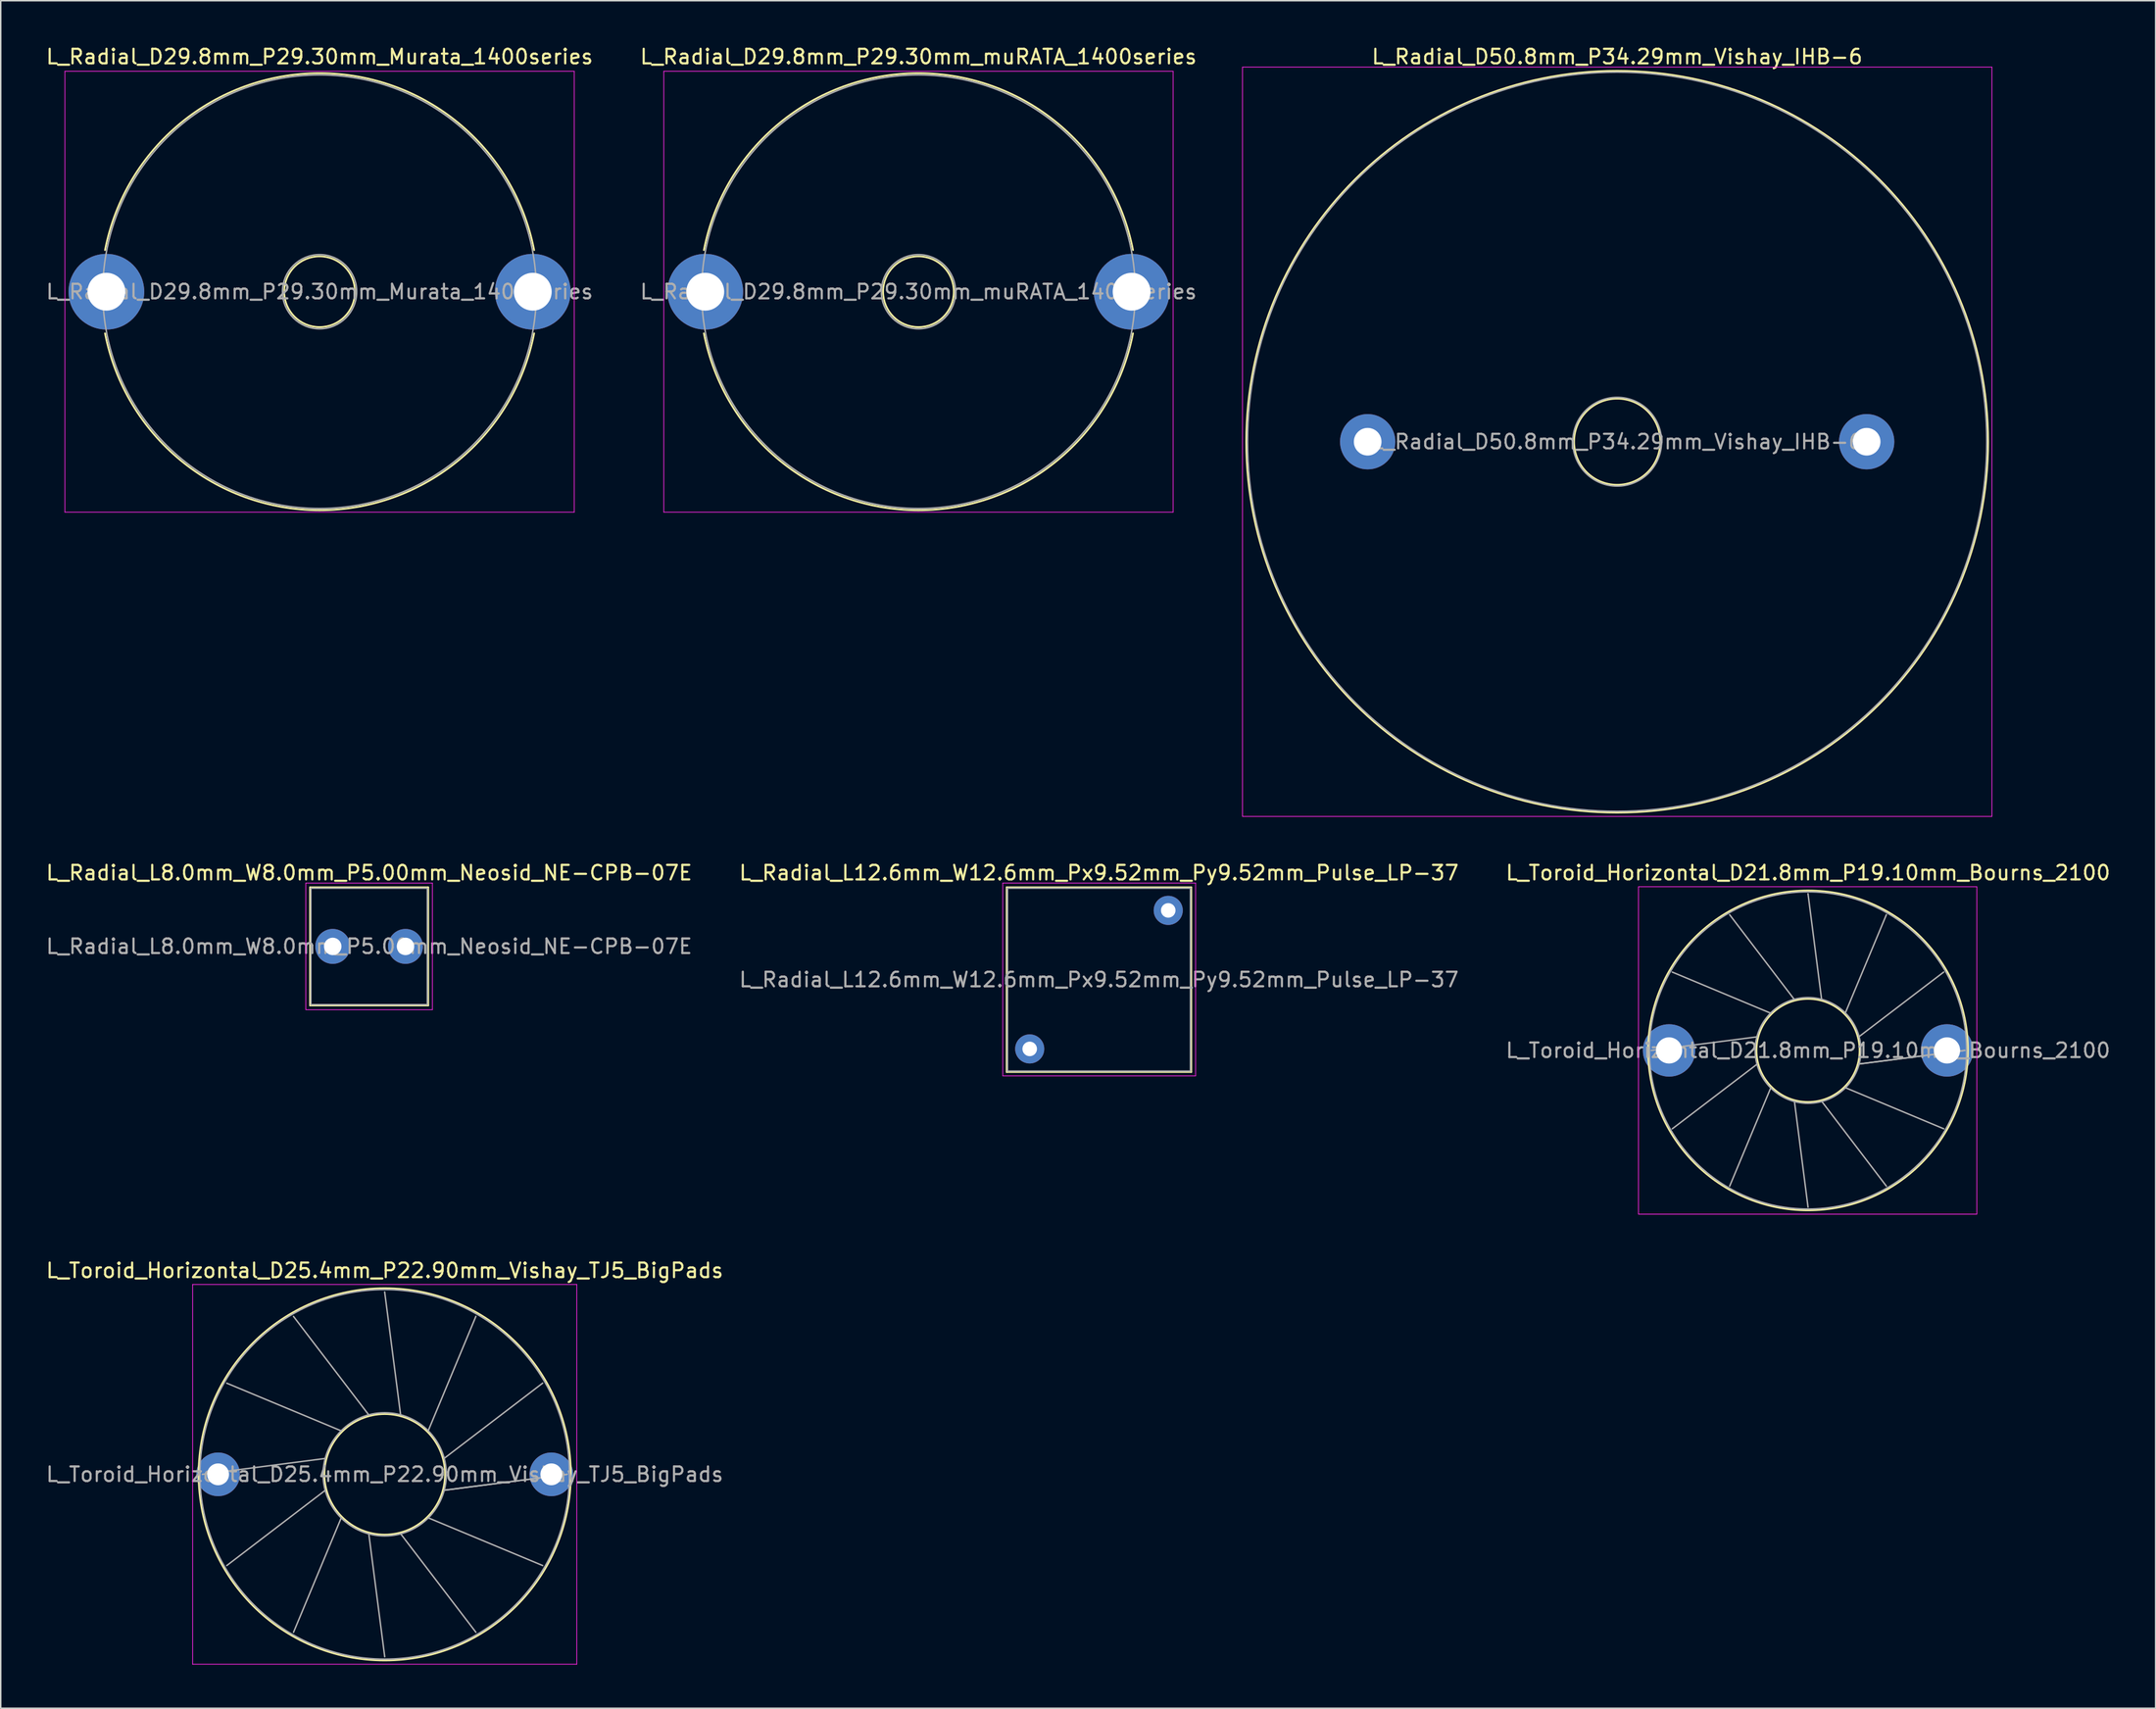
<source format=kicad_pcb>
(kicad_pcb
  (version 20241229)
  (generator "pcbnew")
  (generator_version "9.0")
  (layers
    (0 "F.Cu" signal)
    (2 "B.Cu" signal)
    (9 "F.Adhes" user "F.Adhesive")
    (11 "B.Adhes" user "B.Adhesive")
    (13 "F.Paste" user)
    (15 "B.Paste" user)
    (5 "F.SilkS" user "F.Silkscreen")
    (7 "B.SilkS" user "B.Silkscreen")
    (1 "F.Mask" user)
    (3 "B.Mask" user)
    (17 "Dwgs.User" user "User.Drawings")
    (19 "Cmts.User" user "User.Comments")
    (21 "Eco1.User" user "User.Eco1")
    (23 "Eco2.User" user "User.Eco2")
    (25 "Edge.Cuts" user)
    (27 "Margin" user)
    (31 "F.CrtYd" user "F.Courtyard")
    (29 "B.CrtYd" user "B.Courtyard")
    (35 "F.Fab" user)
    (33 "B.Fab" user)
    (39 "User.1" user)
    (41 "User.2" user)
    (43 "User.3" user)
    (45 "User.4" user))
  (footprint "L_Radial_L8.0mm_W8.0mm_P5.00mm_Neosid_NE-CPB-07E"
    (layer "F.Cu")
    (at 19.815 61.992)
    (property "Reference" "L_Radial_L8.0mm_W8.0mm_P5.00mm_Neosid_NE-CPB-07E" (at 2.5 -5.06 0) (layer "F.SilkS") (effects (font (size 1 1) (thickness 0.15))))
    (attr through_hole)
    (fp_line (start -1.56 -4.06) (end -1.56 4.06) (stroke (width 0.12) (type solid)) (layer "F.SilkS"))
    (fp_line (start -1.56 -4.06) (end 6.56 -4.06) (stroke (width 0.12) (type solid)) (layer "F.SilkS"))
    (fp_line (start -1.56 4.06) (end 6.56 4.06) (stroke (width 0.12) (type solid)) (layer "F.SilkS"))
    (fp_line (start 6.56 -4.06) (end 6.56 4.06) (stroke (width 0.12) (type solid)) (layer "F.SilkS"))
    (fp_line (start -1.85 -4.35) (end -1.85 4.35) (stroke (width 0.05) (type solid)) (layer "F.CrtYd"))
    (fp_line (start -1.85 4.35) (end 6.85 4.35) (stroke (width 0.05) (type solid)) (layer "F.CrtYd"))
    (fp_line (start 6.85 -4.35) (end -1.85 -4.35) (stroke (width 0.05) (type solid)) (layer "F.CrtYd"))
    (fp_line (start 6.85 4.35) (end 6.85 -4.35) (stroke (width 0.05) (type solid)) (layer "F.CrtYd"))
    (fp_line (start -1.5 -4) (end -1.5 4) (stroke (width 0.1) (type solid)) (layer "F.Fab"))
    (fp_line (start -1.5 4) (end 6.5 4) (stroke (width 0.1) (type solid)) (layer "F.Fab"))
    (fp_line (start 6.5 -4) (end -1.5 -4) (stroke (width 0.1) (type solid)) (layer "F.Fab"))
    (fp_line (start 6.5 4) (end 6.5 -4) (stroke (width 0.1) (type solid)) (layer "F.Fab"))
    (fp_text user "${REFERENCE}" (at 2.5 0 0) (layer "F.Fab") (effects (font (size 1 1) (thickness 0.15))))
    (pad "1" thru_hole circle (at 0 0) (size 2.4 2.4) (drill 1.2) (layers "*.Cu" "*.Mask"))
    (pad "2" thru_hole circle (at 5 0) (size 2.4 2.4) (drill 1.2) (layers "*.Cu" "*.Mask")))
  (footprint "L_Radial_D50.8mm_P34.29mm_Vishay_IHB-6"
    (layer "F.Cu")
    (at 90.935 27.308)
    (property "Reference" "L_Radial_D50.8mm_P34.29mm_Vishay_IHB-6" (at 17.145 -26.46 0) (layer "F.SilkS") (effects (font (size 1 1) (thickness 0.15))))
    (attr through_hole)
    (fp_circle (center 17.145 0) (end 20.105 0) (stroke (width 0.12) (type solid)) (fill no) (layer "F.SilkS"))
    (fp_circle (center 17.145 0) (end 42.635 0) (stroke (width 0.12) (type solid)) (fill no) (layer "F.SilkS"))
    (fp_line (start -8.6 -25.75) (end -8.6 25.75) (stroke (width 0.05) (type solid)) (layer "F.CrtYd"))
    (fp_line (start -8.6 25.75) (end 42.9 25.75) (stroke (width 0.05) (type solid)) (layer "F.CrtYd"))
    (fp_line (start 42.9 -25.75) (end -8.6 -25.75) (stroke (width 0.05) (type solid)) (layer "F.CrtYd"))
    (fp_line (start 42.9 25.75) (end 42.9 -25.75) (stroke (width 0.05) (type solid)) (layer "F.CrtYd"))
    (fp_circle (center 17.145 0) (end 20.195 0) (stroke (width 0.1) (type solid)) (fill no) (layer "F.Fab"))
    (fp_circle (center 17.145 0) (end 42.545 0) (stroke (width 0.1) (type solid)) (fill no) (layer "F.Fab"))
    (fp_text user "${REFERENCE}" (at 17.145 0 0) (layer "F.Fab") (effects (font (size 1 1) (thickness 0.15))))
    (pad "1" thru_hole circle (at 0 0) (size 3.8 3.8) (drill 1.9) (layers "*.Cu" "*.Mask"))
    (pad "2" thru_hole circle (at 34.29 0) (size 3.8 3.8) (drill 1.9) (layers "*.Cu" "*.Mask")))
  (footprint "L_Radial_D29.8mm_P29.30mm_muRATA_1400series"
    (layer "F.Cu")
    (at 45.415 16.998)
    (property "Reference" "L_Radial_D29.8mm_P29.30mm_muRATA_1400series" (at 14.65 -16.15 0) (layer "F.SilkS") (effects (font (size 1 1) (thickness 0.15))))
    (attr through_hole)
    (fp_arc (start -0.095196 -2.86) (mid 14.65 -15.02) (end 29.395196 -2.86) (stroke (width 0.12) (type solid)) (layer "F.SilkS"))
    (fp_arc (start 29.395196 2.86) (mid 14.65 15.02) (end -0.095196 2.86) (stroke (width 0.12) (type solid)) (layer "F.SilkS"))
    (fp_circle (center 14.65 0) (end 17.08 0) (stroke (width 0.12) (type solid)) (fill no) (layer "F.SilkS"))
    (fp_line (start -2.85 -15.15) (end -2.85 15.15) (stroke (width 0.05) (type solid)) (layer "F.CrtYd"))
    (fp_line (start -2.85 15.15) (end 32.15 15.15) (stroke (width 0.05) (type solid)) (layer "F.CrtYd"))
    (fp_line (start 32.15 -15.15) (end -2.85 -15.15) (stroke (width 0.05) (type solid)) (layer "F.CrtYd"))
    (fp_line (start 32.15 15.15) (end 32.15 -15.15) (stroke (width 0.05) (type solid)) (layer "F.CrtYd"))
    (fp_circle (center 14.65 0) (end 17.2 0) (stroke (width 0.1) (type solid)) (fill no) (layer "F.Fab"))
    (fp_circle (center 14.65 0) (end 29.55 0) (stroke (width 0.1) (type solid)) (fill no) (layer "F.Fab"))
    (fp_text user "${REFERENCE}" (at 14.65 0 0) (layer "F.Fab") (effects (font (size 1 1) (thickness 0.15))))
    (pad "1" thru_hole circle (at 0 0) (size 5.2 5.2) (drill 2.6) (layers "*.Cu" "*.Mask"))
    (pad "2" thru_hole circle (at 29.3 0) (size 5.2 5.2) (drill 2.6) (layers "*.Cu" "*.Mask")))
  (footprint "L_Radial_L12.6mm_W12.6mm_Px9.52mm_Py9.52mm_Pulse_LP-37"
    (layer "F.Cu")
    (at 67.71 69.037)
    (property "Reference" "L_Radial_L12.6mm_W12.6mm_Px9.52mm_Py9.52mm_Pulse_LP-37" (at 4.76 -12.105 0) (layer "F.SilkS") (effects (font (size 1 1) (thickness 0.15))))
    (attr through_hole)
    (fp_line (start -1.585 -11.105) (end -1.585 1.585) (stroke (width 0.12) (type solid)) (layer "F.SilkS"))
    (fp_line (start -1.585 -11.105) (end 11.105 -11.105) (stroke (width 0.12) (type solid)) (layer "F.SilkS"))
    (fp_line (start -1.585 1.585) (end 11.105 1.585) (stroke (width 0.12) (type solid)) (layer "F.SilkS"))
    (fp_line (start 11.105 -11.105) (end 11.105 1.585) (stroke (width 0.12) (type solid)) (layer "F.SilkS"))
    (fp_line (start -1.85 -11.4) (end -1.85 1.85) (stroke (width 0.05) (type solid)) (layer "F.CrtYd"))
    (fp_line (start -1.85 1.85) (end 11.4 1.85) (stroke (width 0.05) (type solid)) (layer "F.CrtYd"))
    (fp_line (start 11.4 -11.4) (end -1.85 -11.4) (stroke (width 0.05) (type solid)) (layer "F.CrtYd"))
    (fp_line (start 11.4 1.85) (end 11.4 -11.4) (stroke (width 0.05) (type solid)) (layer "F.CrtYd"))
    (fp_line (start -1.525 -11.045) (end -1.525 1.525) (stroke (width 0.1) (type solid)) (layer "F.Fab"))
    (fp_line (start -1.525 1.525) (end 11.045 1.525) (stroke (width 0.1) (type solid)) (layer "F.Fab"))
    (fp_line (start 11.045 -11.045) (end -1.525 -11.045) (stroke (width 0.1) (type solid)) (layer "F.Fab"))
    (fp_line (start 11.045 1.525) (end 11.045 -11.045) (stroke (width 0.1) (type solid)) (layer "F.Fab"))
    (fp_text user "${REFERENCE}" (at 4.76 -4.76 0) (layer "F.Fab") (effects (font (size 1 1) (thickness 0.15))))
    (pad "1" thru_hole circle (at 0 0) (size 2 2) (drill 1) (layers "*.Cu" "*.Mask"))
    (pad "2" thru_hole circle (at 9.52 -9.52) (size 2 2) (drill 1) (layers "*.Cu" "*.Mask")))
  (footprint "L_Radial_D29.8mm_P29.30mm_Murata_1400series"
    (layer "F.Cu")
    (at 4.261 16.998)
    (property "Reference" "L_Radial_D29.8mm_P29.30mm_Murata_1400series" (at 14.65 -16.15 0) (layer "F.SilkS") (effects (font (size 1 1) (thickness 0.15))))
    (attr through_hole)
    (fp_arc (start -0.095196 -2.86) (mid 14.65 -15.02) (end 29.395196 -2.86) (stroke (width 0.12) (type solid)) (layer "F.SilkS"))
    (fp_arc (start 29.395196 2.86) (mid 14.65 15.02) (end -0.095196 2.86) (stroke (width 0.12) (type solid)) (layer "F.SilkS"))
    (fp_circle (center 14.65 0) (end 17.08 0) (stroke (width 0.12) (type solid)) (fill no) (layer "F.SilkS"))
    (fp_line (start -2.85 -15.15) (end -2.85 15.15) (stroke (width 0.05) (type solid)) (layer "F.CrtYd"))
    (fp_line (start -2.85 15.15) (end 32.15 15.15) (stroke (width 0.05) (type solid)) (layer "F.CrtYd"))
    (fp_line (start 32.15 -15.15) (end -2.85 -15.15) (stroke (width 0.05) (type solid)) (layer "F.CrtYd"))
    (fp_line (start 32.15 15.15) (end 32.15 -15.15) (stroke (width 0.05) (type solid)) (layer "F.CrtYd"))
    (fp_circle (center 14.65 0) (end 17.2 0) (stroke (width 0.1) (type solid)) (fill no) (layer "F.Fab"))
    (fp_circle (center 14.65 0) (end 29.55 0) (stroke (width 0.1) (type solid)) (fill no) (layer "F.Fab"))
    (fp_text user "${REFERENCE}" (at 14.65 0 0) (layer "F.Fab") (effects (font (size 1 1) (thickness 0.15))))
    (pad "1" thru_hole circle (at 0 0) (size 5.2 5.2) (drill 2.6) (layers "*.Cu" "*.Mask"))
    (pad "2" thru_hole circle (at 29.3 0) (size 5.2 5.2) (drill 2.6) (layers "*.Cu" "*.Mask")))
  (footprint "L_Toroid_Horizontal_D21.8mm_P19.10mm_Bourns_2100"
    (layer "F.Cu")
    (at 111.646 69.141)
    (property "Reference" "L_Toroid_Horizontal_D21.8mm_P19.10mm_Bourns_2100" (at 9.55 -12.21 0) (layer "F.SilkS") (effects (font (size 1 1) (thickness 0.15))))
    (attr through_hole)
    (fp_circle (center 9.55 0) (end 13.093 0) (stroke (width 0.12) (type solid)) (fill no) (layer "F.SilkS"))
    (fp_circle (center 9.55 0) (end 20.54 0) (stroke (width 0.12) (type solid)) (fill no) (layer "F.SilkS"))
    (fp_line (start -2.1 -11.25) (end -2.1 11.25) (stroke (width 0.05) (type solid)) (layer "F.CrtYd"))
    (fp_line (start -2.1 11.25) (end 21.15 11.25) (stroke (width 0.05) (type solid)) (layer "F.CrtYd"))
    (fp_line (start 21.15 -11.25) (end -2.1 -11.25) (stroke (width 0.05) (type solid)) (layer "F.CrtYd"))
    (fp_line (start 21.15 11.25) (end 21.15 -11.25) (stroke (width 0.05) (type solid)) (layer "F.CrtYd"))
    (fp_line (start -1.22 0.001) (end 6.059 -0.935) (stroke (width 0.1) (type solid)) (layer "F.Fab"))
    (fp_line (start 0.222 -5.384) (end 6.994 -2.555) (stroke (width 0.1) (type solid)) (layer "F.Fab"))
    (fp_line (start 0.223 5.386) (end 6.059 0.936) (stroke (width 0.1) (type solid)) (layer "F.Fab"))
    (fp_line (start 4.164 -9.327) (end 8.614 -3.491) (stroke (width 0.1) (type solid)) (layer "F.Fab"))
    (fp_line (start 4.165 9.328) (end 6.995 2.556) (stroke (width 0.1) (type solid)) (layer "F.Fab"))
    (fp_line (start 9.549 -10.77) (end 10.485 -3.491) (stroke (width 0.1) (type solid)) (layer "F.Fab"))
    (fp_line (start 9.55 10.77) (end 8.615 3.491) (stroke (width 0.1) (type solid)) (layer "F.Fab"))
    (fp_line (start 14.934 -9.328) (end 12.105 -2.556) (stroke (width 0.1) (type solid)) (layer "F.Fab"))
    (fp_line (start 14.935 9.327) (end 10.486 3.491) (stroke (width 0.1) (type solid)) (layer "F.Fab"))
    (fp_line (start 18.876 -5.387) (end 13.041 -0.936) (stroke (width 0.1) (type solid)) (layer "F.Fab"))
    (fp_line (start 18.877 5.385) (end 12.106 2.556) (stroke (width 0.1) (type solid)) (layer "F.Fab"))
    (fp_line (start 20.32 -0.002) (end 13.041 0.935) (stroke (width 0.1) (type solid)) (layer "F.Fab"))
    (fp_line (start 20.32 0) (end 13.041 0.935) (stroke (width 0.1) (type solid)) (layer "F.Fab"))
    (fp_circle (center 9.55 0) (end 13.183 0) (stroke (width 0.1) (type solid)) (fill no) (layer "F.Fab"))
    (fp_circle (center 9.55 0) (end 20.45 0) (stroke (width 0.1) (type solid)) (fill no) (layer "F.Fab"))
    (fp_text user "${REFERENCE}" (at 9.55 0 0) (layer "F.Fab") (effects (font (size 1 1) (thickness 0.15))))
    (pad "1" thru_hole circle (at 0 0) (size 3.6 3.6) (drill 1.8) (layers "*.Cu" "*.Mask"))
    (pad "2" thru_hole circle (at 19.1 0) (size 3.6 3.6) (drill 1.8) (layers "*.Cu" "*.Mask")))
  (footprint "L_Toroid_Horizontal_D25.4mm_P22.90mm_Vishay_TJ5_BigPads"
    (layer "F.Cu")
    (at 11.937 98.275)
    (property "Reference" "L_Toroid_Horizontal_D25.4mm_P22.90mm_Vishay_TJ5_BigPads" (at 11.45 -14.01 0) (layer "F.SilkS") (effects (font (size 1 1) (thickness 0.15))))
    (attr through_hole)
    (fp_circle (center 11.45 0) (end 15.593 0) (stroke (width 0.12) (type solid)) (fill no) (layer "F.SilkS"))
    (fp_circle (center 11.45 0) (end 24.24 0) (stroke (width 0.12) (type solid)) (fill no) (layer "F.SilkS"))
    (fp_line (start -1.75 -13.05) (end -1.75 13.05) (stroke (width 0.05) (type solid)) (layer "F.CrtYd"))
    (fp_line (start -1.75 13.05) (end 24.65 13.05) (stroke (width 0.05) (type solid)) (layer "F.CrtYd"))
    (fp_line (start 24.65 -13.05) (end -1.75 -13.05) (stroke (width 0.05) (type solid)) (layer "F.CrtYd"))
    (fp_line (start 24.65 13.05) (end 24.65 -13.05) (stroke (width 0.05) (type solid)) (layer "F.CrtYd"))
    (fp_line (start -1.084 0.001) (end 7.368 -1.093) (stroke (width 0.1) (type solid)) (layer "F.Fab"))
    (fp_line (start 0.594 -6.266) (end 8.461 -2.988) (stroke (width 0.1) (type solid)) (layer "F.Fab"))
    (fp_line (start 0.596 6.268) (end 7.368 1.094) (stroke (width 0.1) (type solid)) (layer "F.Fab"))
    (fp_line (start 5.182 -10.854) (end 10.356 -4.082) (stroke (width 0.1) (type solid)) (layer "F.Fab"))
    (fp_line (start 5.184 10.855) (end 8.462 2.989) (stroke (width 0.1) (type solid)) (layer "F.Fab"))
    (fp_line (start 11.448 -12.534) (end 12.543 -4.082) (stroke (width 0.1) (type solid)) (layer "F.Fab"))
    (fp_line (start 11.451 12.534) (end 10.356 4.082) (stroke (width 0.1) (type solid)) (layer "F.Fab"))
    (fp_line (start 17.715 -10.856) (end 14.438 -2.989) (stroke (width 0.1) (type solid)) (layer "F.Fab"))
    (fp_line (start 17.717 10.855) (end 12.544 4.082) (stroke (width 0.1) (type solid)) (layer "F.Fab"))
    (fp_line (start 22.304 -6.269) (end 15.532 -1.095) (stroke (width 0.1) (type solid)) (layer "F.Fab"))
    (fp_line (start 22.305 6.267) (end 14.438 2.988) (stroke (width 0.1) (type solid)) (layer "F.Fab"))
    (fp_line (start 23.984 -0.002) (end 15.532 1.093) (stroke (width 0.1) (type solid)) (layer "F.Fab"))
    (fp_line (start 23.984 0) (end 15.532 1.094) (stroke (width 0.1) (type solid)) (layer "F.Fab"))
    (fp_circle (center 11.45 0) (end 15.683 0) (stroke (width 0.1) (type solid)) (fill no) (layer "F.Fab"))
    (fp_circle (center 11.45 0) (end 24.15 0) (stroke (width 0.1) (type solid)) (fill no) (layer "F.Fab"))
    (fp_text user "${REFERENCE}" (at 11.45 0 0) (layer "F.Fab") (effects (font (size 1 1) (thickness 0.15))))
    (pad "1" thru_hole circle (at 0 0) (size 3 3) (drill 1.5) (layers "*.Cu" "*.Mask"))
    (pad "2" thru_hole circle (at 22.9 0) (size 3 3) (drill 1.5) (layers "*.Cu" "*.Mask")))
  (gr_rect
    (start -3 -3)
    (end 145.083 114.35)
    (stroke (width 0.1) (type default))
    (fill no)
    (layer "Edge.Cuts")))
</source>
